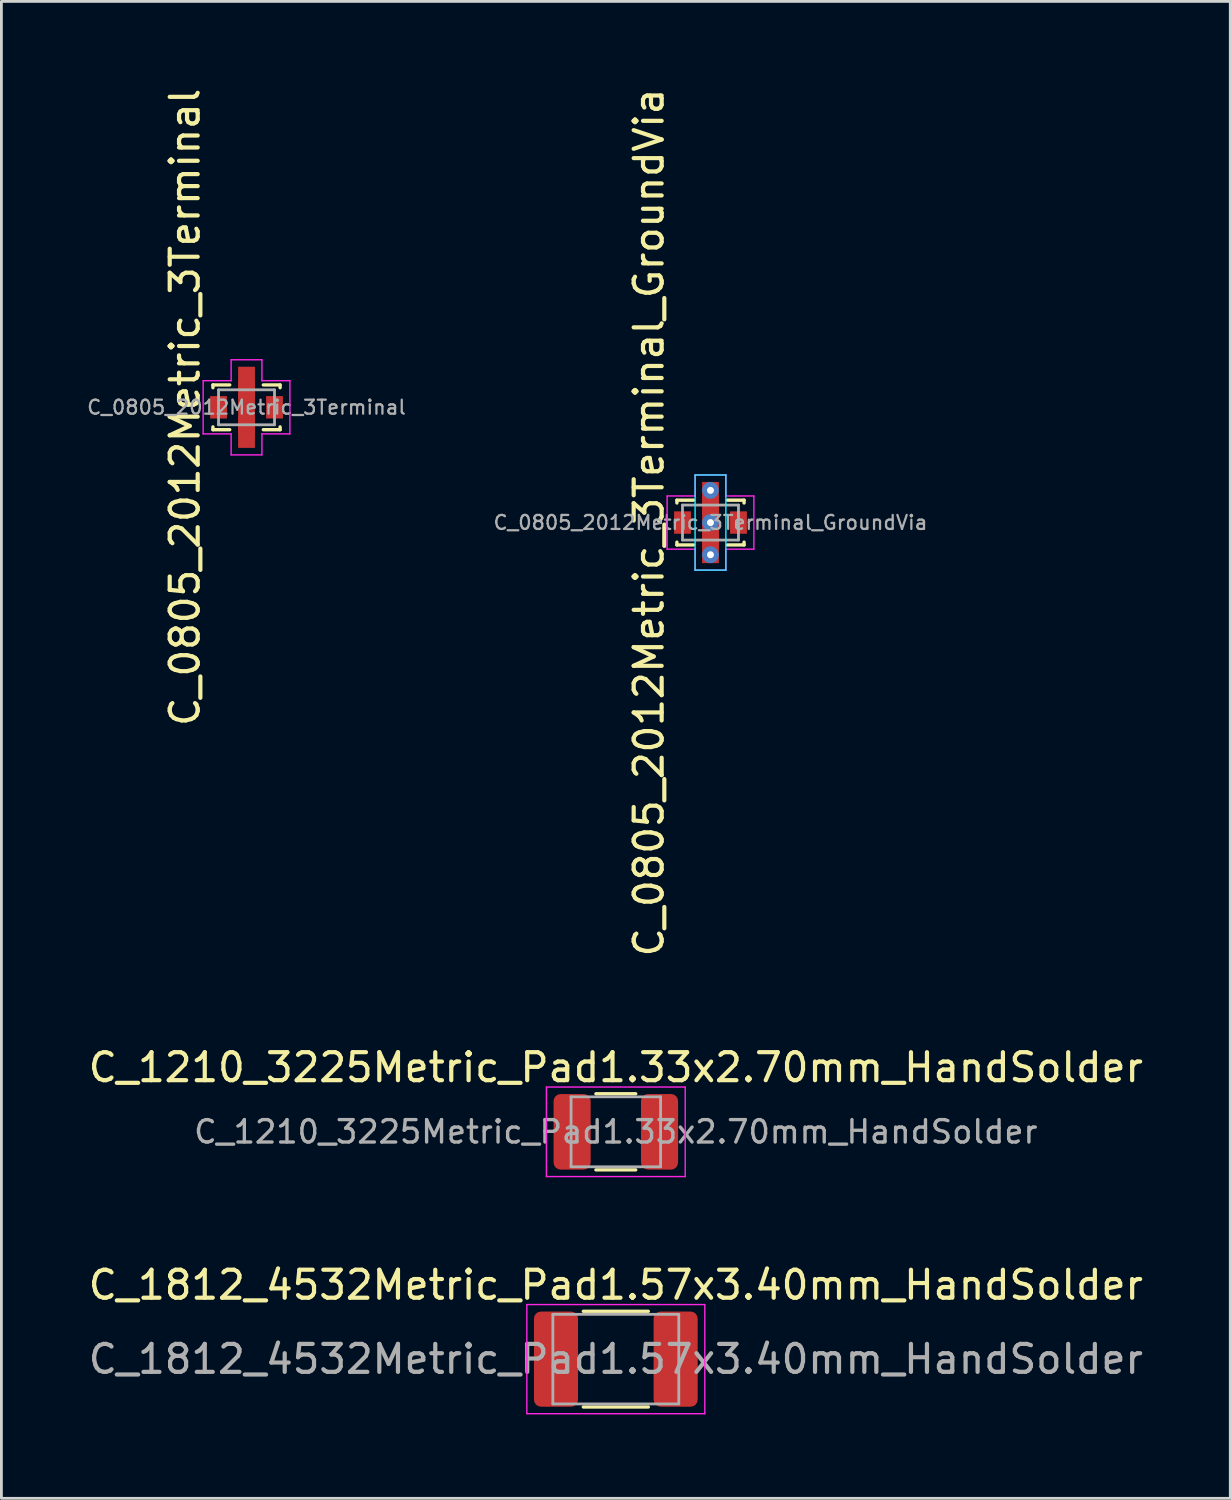
<source format=kicad_pcb>
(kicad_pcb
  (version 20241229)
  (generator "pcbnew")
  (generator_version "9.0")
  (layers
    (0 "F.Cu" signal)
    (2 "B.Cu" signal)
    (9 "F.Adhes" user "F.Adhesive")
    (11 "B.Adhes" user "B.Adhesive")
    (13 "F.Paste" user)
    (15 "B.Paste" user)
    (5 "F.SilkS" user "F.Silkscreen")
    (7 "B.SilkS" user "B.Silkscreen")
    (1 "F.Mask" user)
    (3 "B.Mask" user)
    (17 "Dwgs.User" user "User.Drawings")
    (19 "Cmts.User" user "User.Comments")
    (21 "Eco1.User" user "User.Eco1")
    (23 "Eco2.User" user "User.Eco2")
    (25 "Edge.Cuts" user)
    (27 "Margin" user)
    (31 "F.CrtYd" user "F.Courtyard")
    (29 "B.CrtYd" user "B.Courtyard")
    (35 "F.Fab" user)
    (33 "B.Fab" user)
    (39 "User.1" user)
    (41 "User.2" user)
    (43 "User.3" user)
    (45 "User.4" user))
  (footprint "C_0805_2012Metric_3Terminal_GroundVia"
    (layer "F.Cu")
    (at 22.341 15.625)
    (property "Reference" "C_0805_2012Metric_3Terminal_GroundVia" (at -2.2 0 90) (layer "F.SilkS") (effects (font (size 1 1) (thickness 0.15))))
    (attr smd)
    (fp_line (start -1.2 -0.8) (end -1.2 -0.7) (stroke (width 0.12) (type solid)) (layer "F.SilkS"))
    (fp_line (start -1.2 0.7) (end -1.2 0.8) (stroke (width 0.12) (type solid)) (layer "F.SilkS"))
    (fp_line (start -1.2 0.8) (end -0.6 0.8) (stroke (width 0.12) (type solid)) (layer "F.SilkS"))
    (fp_line (start -0.6 -0.8) (end -1.2 -0.8) (stroke (width 0.12) (type solid)) (layer "F.SilkS"))
    (fp_line (start 0.6 0.8) (end 1.2 0.8) (stroke (width 0.12) (type solid)) (layer "F.SilkS"))
    (fp_line (start 1.2 -0.8) (end 0.6 -0.8) (stroke (width 0.12) (type solid)) (layer "F.SilkS"))
    (fp_line (start 1.2 -0.7) (end 1.2 -0.8) (stroke (width 0.12) (type solid)) (layer "F.SilkS"))
    (fp_line (start 1.2 0.8) (end 1.2 0.7) (stroke (width 0.12) (type solid)) (layer "F.SilkS"))
    (fp_line (start -0.55 -1.7) (end -0.55 1.7) (stroke (width 0.05) (type solid)) (layer "B.CrtYd"))
    (fp_line (start -0.55 1.7) (end 0.55 1.7) (stroke (width 0.05) (type solid)) (layer "B.CrtYd"))
    (fp_line (start 0.55 -1.7) (end -0.55 -1.7) (stroke (width 0.05) (type solid)) (layer "B.CrtYd"))
    (fp_line (start 0.55 1.7) (end 0.55 -1.7) (stroke (width 0.05) (type solid)) (layer "B.CrtYd"))
    (fp_line (start -1.55 -0.95) (end -1.55 0.95) (stroke (width 0.05) (type solid)) (layer "F.CrtYd"))
    (fp_line (start -0.55 -0.95) (end -1.55 -0.95) (stroke (width 0.05) (type solid)) (layer "F.CrtYd"))
    (fp_line (start -0.55 -0.95) (end -0.55 -1.7) (stroke (width 0.05) (type solid)) (layer "F.CrtYd"))
    (fp_line (start -0.55 0.95) (end -1.55 0.95) (stroke (width 0.05) (type solid)) (layer "F.CrtYd"))
    (fp_line (start -0.55 1.7) (end -0.55 0.95) (stroke (width 0.05) (type solid)) (layer "F.CrtYd"))
    (fp_line (start -0.55 1.7) (end 0.55 1.7) (stroke (width 0.05) (type solid)) (layer "F.CrtYd"))
    (fp_line (start 0.55 -1.7) (end -0.55 -1.7) (stroke (width 0.05) (type solid)) (layer "F.CrtYd"))
    (fp_line (start 0.55 -0.95) (end 0.55 -1.7) (stroke (width 0.05) (type solid)) (layer "F.CrtYd"))
    (fp_line (start 0.55 -0.95) (end 1.55 -0.95) (stroke (width 0.05) (type solid)) (layer "F.CrtYd"))
    (fp_line (start 0.55 0.95) (end 1.55 0.95) (stroke (width 0.05) (type solid)) (layer "F.CrtYd"))
    (fp_line (start 0.55 1.7) (end 0.55 0.95) (stroke (width 0.05) (type solid)) (layer "F.CrtYd"))
    (fp_line (start 1.55 0.95) (end 1.55 -0.95) (stroke (width 0.05) (type solid)) (layer "F.CrtYd"))
    (fp_line (start -1 -0.625) (end -1 0.625) (stroke (width 0.1) (type solid)) (layer "F.Fab"))
    (fp_line (start -1 0.625) (end 1 0.625) (stroke (width 0.1) (type solid)) (layer "F.Fab"))
    (fp_line (start 1 -0.625) (end -1 -0.625) (stroke (width 0.1) (type solid)) (layer "F.Fab"))
    (fp_line (start 1 0.625) (end 1 -0.625) (stroke (width 0.1) (type solid)) (layer "F.Fab"))
    (fp_text user "${REFERENCE}" (at 0 0 180) (layer "F.Fab") (effects (font (size 0.5 0.5) (thickness 0.08))))
    (pad "1" smd rect (at -1 0) (size 0.6 0.8) (layers "F.Cu" "F.Mask" "F.Paste"))
    (pad "2" thru_hole circle (at 0 -1.15) (size 0.6 0.6) (drill 0.25) (layers "*.Cu"))
    (pad "2" smd rect (at 0 -0.625) (size 0.6 0.65) (layers "F.Cu" "F.Mask" "F.Paste"))
    (pad "2" thru_hole circle (at 0 0) (size 0.6 0.6) (drill 0.25) (layers "*.Cu"))
    (pad "2" smd rect (at 0 0) (size 0.6 2.9) (layers "F.Cu"))
    (pad "2" smd rect (at 0 0.625) (size 0.6 0.65) (layers "F.Cu" "F.Mask" "F.Paste"))
    (pad "2" thru_hole circle (at 0 1.15) (size 0.6 0.6) (drill 0.25) (layers "*.Cu"))
    (pad "3" smd rect (at 1 0) (size 0.6 0.8) (layers "F.Cu" "F.Mask" "F.Paste")))
  (footprint "C_0805_2012Metric_3Terminal"
    (layer "F.Cu")
    (at 5.76 11.506)
    (property "Reference" "C_0805_2012Metric_3Terminal" (at -2.2 0 90) (layer "F.SilkS") (effects (font (size 1 1) (thickness 0.15))))
    (attr smd)
    (fp_line (start -1.2 -0.8) (end -1.2 -0.7) (stroke (width 0.12) (type solid)) (layer "F.SilkS"))
    (fp_line (start -1.2 0.7) (end -1.2 0.8) (stroke (width 0.12) (type solid)) (layer "F.SilkS"))
    (fp_line (start -1.2 0.8) (end -0.6 0.8) (stroke (width 0.12) (type solid)) (layer "F.SilkS"))
    (fp_line (start -0.6 -0.8) (end -1.2 -0.8) (stroke (width 0.12) (type solid)) (layer "F.SilkS"))
    (fp_line (start 0.6 0.8) (end 1.2 0.8) (stroke (width 0.12) (type solid)) (layer "F.SilkS"))
    (fp_line (start 1.2 -0.8) (end 0.6 -0.8) (stroke (width 0.12) (type solid)) (layer "F.SilkS"))
    (fp_line (start 1.2 -0.7) (end 1.2 -0.8) (stroke (width 0.12) (type solid)) (layer "F.SilkS"))
    (fp_line (start 1.2 0.8) (end 1.2 0.7) (stroke (width 0.12) (type solid)) (layer "F.SilkS"))
    (fp_line (start -1.55 -0.95) (end -1.55 0.95) (stroke (width 0.05) (type solid)) (layer "F.CrtYd"))
    (fp_line (start -0.55 -0.95) (end -1.55 -0.95) (stroke (width 0.05) (type solid)) (layer "F.CrtYd"))
    (fp_line (start -0.55 -0.95) (end -0.55 -1.7) (stroke (width 0.05) (type solid)) (layer "F.CrtYd"))
    (fp_line (start -0.55 0.95) (end -1.55 0.95) (stroke (width 0.05) (type solid)) (layer "F.CrtYd"))
    (fp_line (start -0.55 1.7) (end -0.55 0.95) (stroke (width 0.05) (type solid)) (layer "F.CrtYd"))
    (fp_line (start -0.55 1.7) (end 0.55 1.7) (stroke (width 0.05) (type solid)) (layer "F.CrtYd"))
    (fp_line (start 0.55 -1.7) (end -0.55 -1.7) (stroke (width 0.05) (type solid)) (layer "F.CrtYd"))
    (fp_line (start 0.55 -0.95) (end 0.55 -1.7) (stroke (width 0.05) (type solid)) (layer "F.CrtYd"))
    (fp_line (start 0.55 -0.95) (end 1.55 -0.95) (stroke (width 0.05) (type solid)) (layer "F.CrtYd"))
    (fp_line (start 0.55 0.95) (end 1.55 0.95) (stroke (width 0.05) (type solid)) (layer "F.CrtYd"))
    (fp_line (start 0.55 1.7) (end 0.55 0.95) (stroke (width 0.05) (type solid)) (layer "F.CrtYd"))
    (fp_line (start 1.55 0.95) (end 1.55 -0.95) (stroke (width 0.05) (type solid)) (layer "F.CrtYd"))
    (fp_line (start -1 -0.625) (end -1 0.625) (stroke (width 0.1) (type solid)) (layer "F.Fab"))
    (fp_line (start -1 0.625) (end 1 0.625) (stroke (width 0.1) (type solid)) (layer "F.Fab"))
    (fp_line (start 1 -0.625) (end -1 -0.625) (stroke (width 0.1) (type solid)) (layer "F.Fab"))
    (fp_line (start 1 0.625) (end 1 -0.625) (stroke (width 0.1) (type solid)) (layer "F.Fab"))
    (fp_text user "${REFERENCE}" (at 0 0 180) (layer "F.Fab") (effects (font (size 0.5 0.5) (thickness 0.08))))
    (pad "1" smd rect (at -1 0) (size 0.6 0.8) (layers "F.Cu" "F.Mask" "F.Paste"))
    (pad "2" smd rect (at 0 -0.625) (size 0.6 0.65) (layers "F.Cu" "F.Mask" "F.Paste"))
    (pad "2" smd rect (at 0 0) (size 0.6 2.9) (layers "F.Cu"))
    (pad "2" smd rect (at 0 0.625) (size 0.6 0.65) (layers "F.Cu" "F.Mask" "F.Paste"))
    (pad "3" smd rect (at 1 0) (size 0.6 0.8) (layers "F.Cu" "F.Mask" "F.Paste")))
  (footprint "C_1210_3225Metric_Pad1.33x2.70mm_HandSolder"
    (layer "F.Cu")
    (at 18.958 37.398)
    (property "Reference" "C_1210_3225Metric_Pad1.33x2.70mm_HandSolder" (at 0 -2.3 0) (layer "F.SilkS") (effects (font (size 1 1) (thickness 0.15))))
    (attr smd)
    (fp_line (start -0.711 -1.36) (end 0.711 -1.36) (stroke (width 0.12) (type solid)) (layer "F.SilkS"))
    (fp_line (start -0.711 1.36) (end 0.711 1.36) (stroke (width 0.12) (type solid)) (layer "F.SilkS"))
    (fp_line (start -2.48 -1.6) (end 2.48 -1.6) (stroke (width 0.05) (type solid)) (layer "F.CrtYd"))
    (fp_line (start -2.48 1.6) (end -2.48 -1.6) (stroke (width 0.05) (type solid)) (layer "F.CrtYd"))
    (fp_line (start 2.48 -1.6) (end 2.48 1.6) (stroke (width 0.05) (type solid)) (layer "F.CrtYd"))
    (fp_line (start 2.48 1.6) (end -2.48 1.6) (stroke (width 0.05) (type solid)) (layer "F.CrtYd"))
    (fp_line (start -1.6 -1.25) (end 1.6 -1.25) (stroke (width 0.1) (type solid)) (layer "F.Fab"))
    (fp_line (start -1.6 1.25) (end -1.6 -1.25) (stroke (width 0.1) (type solid)) (layer "F.Fab"))
    (fp_line (start 1.6 -1.25) (end 1.6 1.25) (stroke (width 0.1) (type solid)) (layer "F.Fab"))
    (fp_line (start 1.6 1.25) (end -1.6 1.25) (stroke (width 0.1) (type solid)) (layer "F.Fab"))
    (fp_text user "${REFERENCE}" (at 0 0 0) (layer "F.Fab") (effects (font (size 0.8 0.8) (thickness 0.12))))
    (pad "1" smd roundrect (at -1.562 0) (size 1.325 2.7) (layers "F.Cu" "F.Mask" "F.Paste") (roundrect_rratio 0.189))
    (pad "2" smd roundrect (at 1.562 0) (size 1.325 2.7) (layers "F.Cu" "F.Mask" "F.Paste") (roundrect_rratio 0.189)))
  (footprint "C_1812_4532Metric_Pad1.57x3.40mm_HandSolder"
    (layer "F.Cu")
    (at 18.958 45.522)
    (property "Reference" "C_1812_4532Metric_Pad1.57x3.40mm_HandSolder" (at 0 -2.65 0) (layer "F.SilkS") (effects (font (size 1 1) (thickness 0.15))))
    (attr smd)
    (fp_line (start -1.161 -1.71) (end 1.161 -1.71) (stroke (width 0.12) (type solid)) (layer "F.SilkS"))
    (fp_line (start -1.161 1.71) (end 1.161 1.71) (stroke (width 0.12) (type solid)) (layer "F.SilkS"))
    (fp_line (start -3.18 -1.95) (end 3.18 -1.95) (stroke (width 0.05) (type solid)) (layer "F.CrtYd"))
    (fp_line (start -3.18 1.95) (end -3.18 -1.95) (stroke (width 0.05) (type solid)) (layer "F.CrtYd"))
    (fp_line (start 3.18 -1.95) (end 3.18 1.95) (stroke (width 0.05) (type solid)) (layer "F.CrtYd"))
    (fp_line (start 3.18 1.95) (end -3.18 1.95) (stroke (width 0.05) (type solid)) (layer "F.CrtYd"))
    (fp_line (start -2.25 -1.6) (end 2.25 -1.6) (stroke (width 0.1) (type solid)) (layer "F.Fab"))
    (fp_line (start -2.25 1.6) (end -2.25 -1.6) (stroke (width 0.1) (type solid)) (layer "F.Fab"))
    (fp_line (start 2.25 -1.6) (end 2.25 1.6) (stroke (width 0.1) (type solid)) (layer "F.Fab"))
    (fp_line (start 2.25 1.6) (end -2.25 1.6) (stroke (width 0.1) (type solid)) (layer "F.Fab"))
    (fp_text user "${REFERENCE}" (at 0 0 0) (layer "F.Fab") (effects (font (size 1 1) (thickness 0.15))))
    (pad "1" smd roundrect (at -2.138 0) (size 1.575 3.4) (layers "F.Cu" "F.Mask" "F.Paste") (roundrect_rratio 0.159))
    (pad "2" smd roundrect (at 2.138 0) (size 1.575 3.4) (layers "F.Cu" "F.Mask" "F.Paste") (roundrect_rratio 0.159)))
  (gr_rect
    (start -3 -3)
    (end 40.917 50.497)
    (stroke (width 0.1) (type default))
    (fill no)
    (layer "Edge.Cuts")))
</source>
